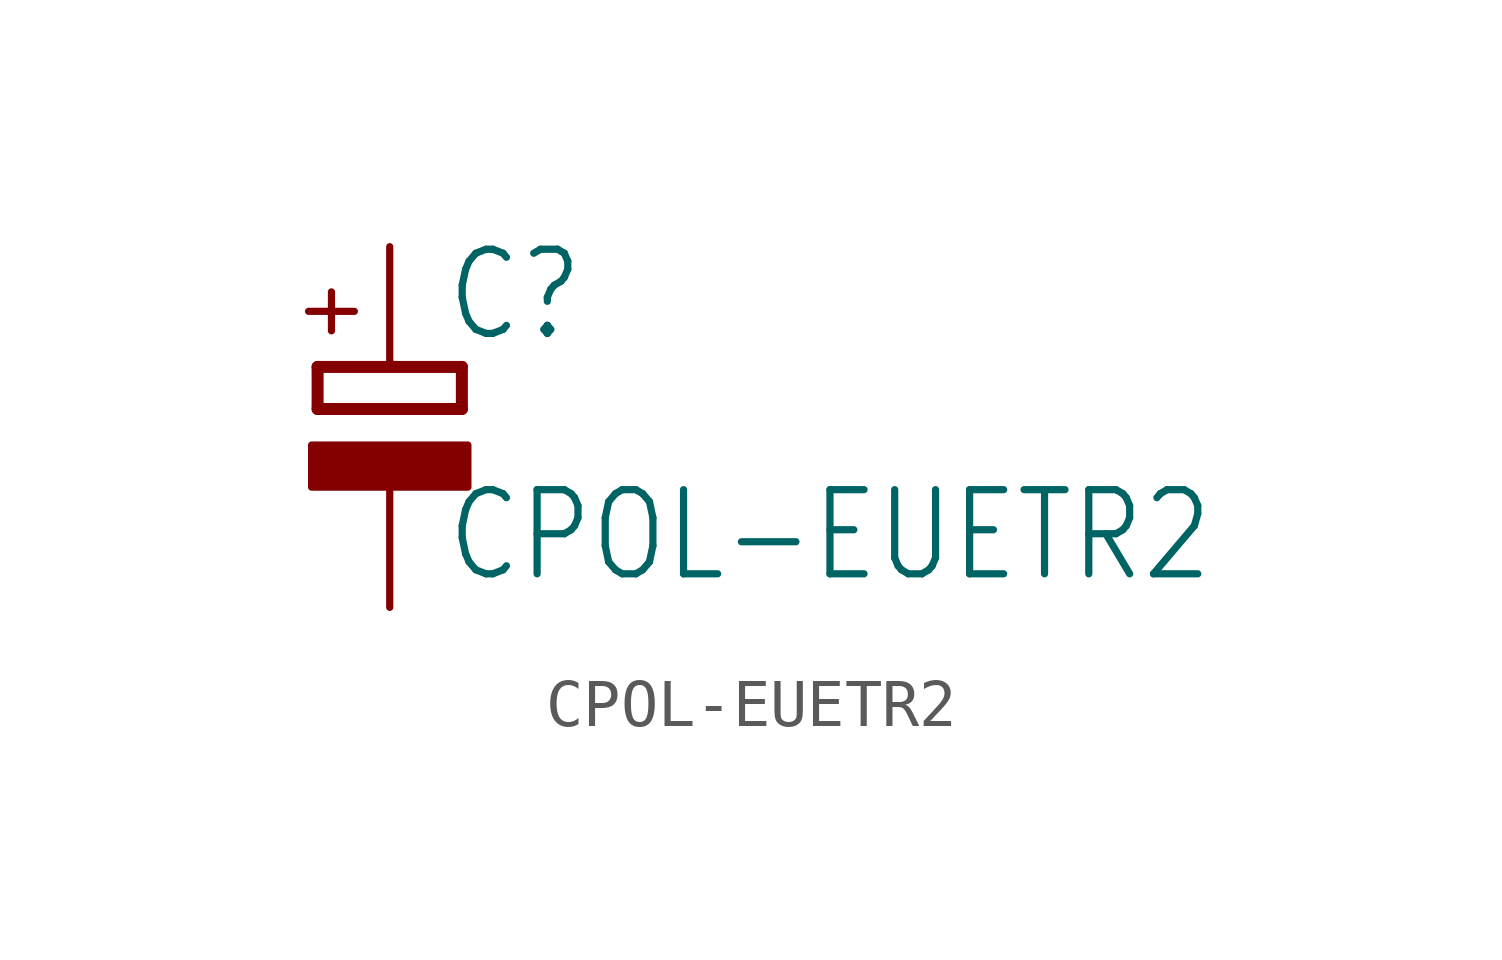
<source format=kicad_sym>
(kicad_symbol_lib
  (version 20211014)
  (generator kicad_symbol_editor)
  (symbol "CPOL-EUETR2"
    (property "Reference" "C"
      (at 1.143 0.483 0)
      (effects (font (size 1.778 1.511)) (justify left bottom)))
    (property "Value" "CPOL-EUETR2"
      (at 1.143 -4.597 0)
      (effects (font (size 1.778 1.511)) (justify left bottom)))
    (property "ki_locked" ""
      (at 0 0 0)
      (effects (font (size 1.27 1.27))))
    (symbol "CPOL-EUETR2_1_0"
      (rectangle (start -1.651 -2.54) (end 1.651 -1.651) (stroke (width 0) (type default) (color 0 0 0 0)) (fill (type outline)))
      (polyline (pts (xy -1.524 -0.889) (xy 1.524 -0.889)) (stroke (width 0.254) (type default) (color 0 0 0 0)) (fill (type none)))
      (polyline (pts (xy -1.524 0) (xy -1.524 -0.889)) (stroke (width 0.254) (type default) (color 0 0 0 0)) (fill (type none)))
      (polyline (pts (xy -1.524 0) (xy 1.524 0)) (stroke (width 0.254) (type default) (color 0 0 0 0)) (fill (type none)))
      (polyline (pts (xy 1.524 -0.889) (xy 1.524 0)) (stroke (width 0.254) (type default) (color 0 0 0 0)) (fill (type none)))
      (text "+" (at -0.584 0.406 900) (effects (font (size 1.27 1.079)) (justify left bottom)))
      (pin passive line (at 0 2.54 270) (length 2.54) (name "+" (effects (font (size 0 0)))) (number "+" (effects (font (size 0 0)))))
      (pin passive line (at 0 -5.08 90) (length 2.54) (name "-" (effects (font (size 0 0)))) (number "-" (effects (font (size 0 0))))))))
</source>
